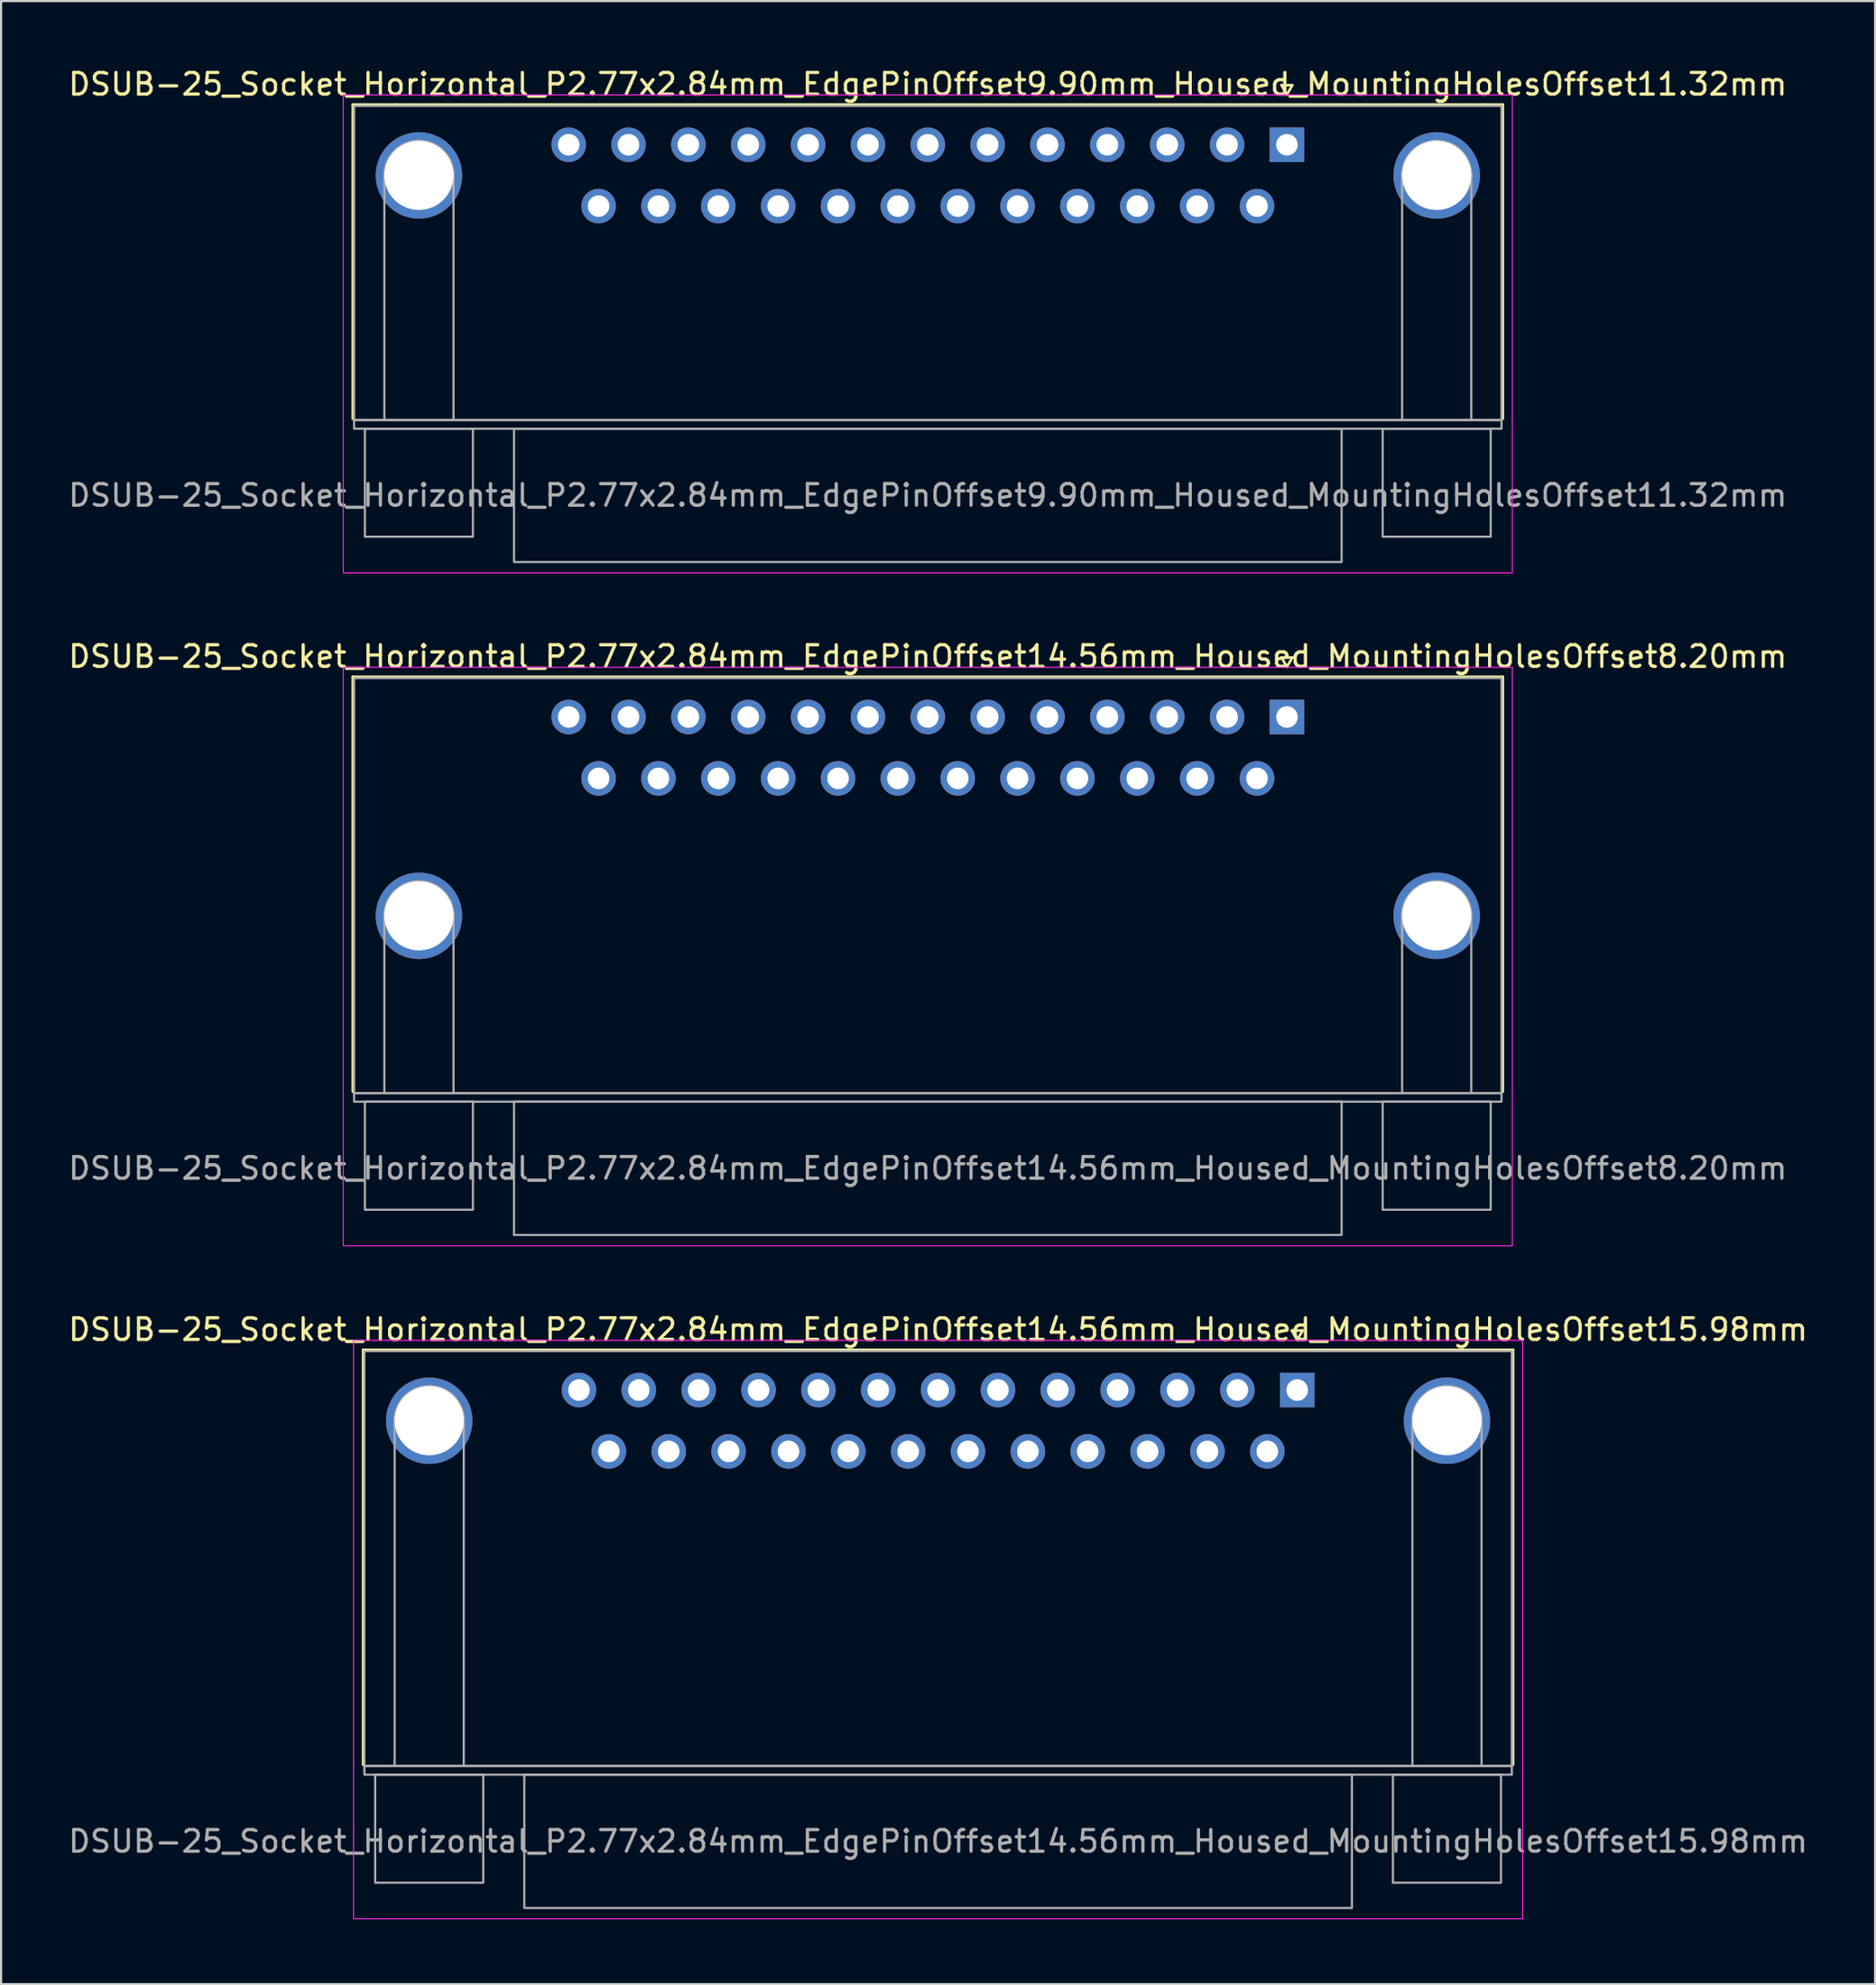
<source format=kicad_pcb>
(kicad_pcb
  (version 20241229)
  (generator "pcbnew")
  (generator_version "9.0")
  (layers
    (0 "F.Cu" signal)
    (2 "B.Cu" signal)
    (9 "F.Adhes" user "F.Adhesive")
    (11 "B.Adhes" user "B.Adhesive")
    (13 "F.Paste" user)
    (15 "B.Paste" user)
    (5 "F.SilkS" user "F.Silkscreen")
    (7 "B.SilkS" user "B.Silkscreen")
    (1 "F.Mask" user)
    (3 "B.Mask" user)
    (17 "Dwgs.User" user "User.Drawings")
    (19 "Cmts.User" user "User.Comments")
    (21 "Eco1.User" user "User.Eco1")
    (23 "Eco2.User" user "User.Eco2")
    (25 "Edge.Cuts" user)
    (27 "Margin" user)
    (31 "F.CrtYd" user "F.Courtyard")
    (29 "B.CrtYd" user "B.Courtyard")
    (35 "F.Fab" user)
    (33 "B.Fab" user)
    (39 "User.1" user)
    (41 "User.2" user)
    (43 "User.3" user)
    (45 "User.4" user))
  (footprint "DSUB-25_Socket_Horizontal_P2.77x2.84mm_EdgePinOffset14.56mm_Housed_MountingHolesOffset8.20mm"
    (layer "F.Cu")
    (at 56.507 30.131)
    (property "Reference" "DSUB-25_Socket_Horizontal_P2.77x2.84mm_EdgePinOffset14.56mm_Housed_MountingHolesOffset8.20mm" (at -16.62 -2.8 0) (layer "F.SilkS") (effects (font (size 1 1) (thickness 0.15))))
    (attr through_hole)
    (fp_line (start -43.23 -1.86) (end 9.99 -1.86) (stroke (width 0.12) (type solid)) (layer "F.SilkS"))
    (fp_line (start -43.23 17.34) (end -43.23 -1.86) (stroke (width 0.12) (type solid)) (layer "F.SilkS"))
    (fp_line (start -0.25 -2.754) (end 0.25 -2.754) (stroke (width 0.12) (type solid)) (layer "F.SilkS"))
    (fp_line (start 0 -2.321) (end -0.25 -2.754) (stroke (width 0.12) (type solid)) (layer "F.SilkS"))
    (fp_line (start 0.25 -2.754) (end 0 -2.321) (stroke (width 0.12) (type solid)) (layer "F.SilkS"))
    (fp_line (start 9.99 -1.86) (end 9.99 17.34) (stroke (width 0.12) (type solid)) (layer "F.SilkS"))
    (fp_rect (start -43.67 -2.3) (end 10.43 24.47) (stroke (width 0.05) (type solid)) (fill no) (layer "F.CrtYd"))
    (fp_line (start -41.77 17.4) (end -41.77 9.2) (stroke (width 0.1) (type solid)) (layer "F.Fab"))
    (fp_line (start -38.57 17.4) (end -38.57 9.2) (stroke (width 0.1) (type solid)) (layer "F.Fab"))
    (fp_line (start 5.33 17.4) (end 5.33 9.2) (stroke (width 0.1) (type solid)) (layer "F.Fab"))
    (fp_line (start 8.53 17.4) (end 8.53 9.2) (stroke (width 0.1) (type solid)) (layer "F.Fab"))
    (fp_rect (start -43.17 -1.8) (end 9.93 17.4) (stroke (width 0.1) (type solid)) (fill no) (layer "F.Fab"))
    (fp_rect (start -43.17 17.4) (end 9.93 17.8) (stroke (width 0.1) (type solid)) (fill no) (layer "F.Fab"))
    (fp_rect (start -42.67 17.8) (end -37.67 22.8) (stroke (width 0.1) (type solid)) (fill no) (layer "F.Fab"))
    (fp_rect (start -35.77 17.8) (end 2.53 23.97) (stroke (width 0.1) (type solid)) (fill no) (layer "F.Fab"))
    (fp_rect (start 4.43 17.8) (end 9.43 22.8) (stroke (width 0.1) (type solid)) (fill no) (layer "F.Fab"))
    (fp_arc (start -41.77 9.2) (mid -40.17 7.6) (end -38.57 9.2) (stroke (width 0.1) (type solid)) (layer "F.Fab"))
    (fp_arc (start 5.33 9.2) (mid 6.93 7.6) (end 8.53 9.2) (stroke (width 0.1) (type solid)) (layer "F.Fab"))
    (fp_text user "${REFERENCE}" (at -16.62 20.885 0) (layer "F.Fab") (effects (font (size 1 1) (thickness 0.15))))
    (pad "1" thru_hole rect (at 0 0) (size 1.6 1.6) (drill 1) (layers "*.Cu" "*.Mask"))
    (pad "2" thru_hole circle (at -2.77 0) (size 1.6 1.6) (drill 1) (layers "*.Cu" "*.Mask"))
    (pad "3" thru_hole circle (at -5.54 0) (size 1.6 1.6) (drill 1) (layers "*.Cu" "*.Mask"))
    (pad "4" thru_hole circle (at -8.31 0) (size 1.6 1.6) (drill 1) (layers "*.Cu" "*.Mask"))
    (pad "5" thru_hole circle (at -11.08 0) (size 1.6 1.6) (drill 1) (layers "*.Cu" "*.Mask"))
    (pad "6" thru_hole circle (at -13.85 0) (size 1.6 1.6) (drill 1) (layers "*.Cu" "*.Mask"))
    (pad "7" thru_hole circle (at -16.62 0) (size 1.6 1.6) (drill 1) (layers "*.Cu" "*.Mask"))
    (pad "8" thru_hole circle (at -19.39 0) (size 1.6 1.6) (drill 1) (layers "*.Cu" "*.Mask"))
    (pad "9" thru_hole circle (at -22.16 0) (size 1.6 1.6) (drill 1) (layers "*.Cu" "*.Mask"))
    (pad "10" thru_hole circle (at -24.93 0) (size 1.6 1.6) (drill 1) (layers "*.Cu" "*.Mask"))
    (pad "11" thru_hole circle (at -27.7 0) (size 1.6 1.6) (drill 1) (layers "*.Cu" "*.Mask"))
    (pad "12" thru_hole circle (at -30.47 0) (size 1.6 1.6) (drill 1) (layers "*.Cu" "*.Mask"))
    (pad "13" thru_hole circle (at -33.24 0) (size 1.6 1.6) (drill 1) (layers "*.Cu" "*.Mask"))
    (pad "14" thru_hole circle (at -1.385 2.84) (size 1.6 1.6) (drill 1) (layers "*.Cu" "*.Mask"))
    (pad "15" thru_hole circle (at -4.155 2.84) (size 1.6 1.6) (drill 1) (layers "*.Cu" "*.Mask"))
    (pad "16" thru_hole circle (at -6.925 2.84) (size 1.6 1.6) (drill 1) (layers "*.Cu" "*.Mask"))
    (pad "17" thru_hole circle (at -9.695 2.84) (size 1.6 1.6) (drill 1) (layers "*.Cu" "*.Mask"))
    (pad "18" thru_hole circle (at -12.465 2.84) (size 1.6 1.6) (drill 1) (layers "*.Cu" "*.Mask"))
    (pad "19" thru_hole circle (at -15.235 2.84) (size 1.6 1.6) (drill 1) (layers "*.Cu" "*.Mask"))
    (pad "20" thru_hole circle (at -18.005 2.84) (size 1.6 1.6) (drill 1) (layers "*.Cu" "*.Mask"))
    (pad "21" thru_hole circle (at -20.775 2.84) (size 1.6 1.6) (drill 1) (layers "*.Cu" "*.Mask"))
    (pad "22" thru_hole circle (at -23.545 2.84) (size 1.6 1.6) (drill 1) (layers "*.Cu" "*.Mask"))
    (pad "23" thru_hole circle (at -26.315 2.84) (size 1.6 1.6) (drill 1) (layers "*.Cu" "*.Mask"))
    (pad "24" thru_hole circle (at -29.085 2.84) (size 1.6 1.6) (drill 1) (layers "*.Cu" "*.Mask"))
    (pad "25" thru_hole circle (at -31.855 2.84) (size 1.6 1.6) (drill 1) (layers "*.Cu" "*.Mask"))
    (pad "SH" thru_hole circle (at -40.17 9.2) (size 4 4) (drill 3.2) (layers "*.Cu" "*.Mask"))
    (pad "SH" thru_hole circle (at 6.93 9.2) (size 4 4) (drill 3.2) (layers "*.Cu" "*.Mask")))
  (footprint "DSUB-25_Socket_Horizontal_P2.77x2.84mm_EdgePinOffset9.90mm_Housed_MountingHolesOffset11.32mm"
    (layer "F.Cu")
    (at 56.507 3.648)
    (property "Reference" "DSUB-25_Socket_Horizontal_P2.77x2.84mm_EdgePinOffset9.90mm_Housed_MountingHolesOffset11.32mm" (at -16.62 -2.8 0) (layer "F.SilkS") (effects (font (size 1 1) (thickness 0.15))))
    (attr through_hole)
    (fp_line (start -43.23 -1.86) (end 9.99 -1.86) (stroke (width 0.12) (type solid)) (layer "F.SilkS"))
    (fp_line (start -43.23 12.68) (end -43.23 -1.86) (stroke (width 0.12) (type solid)) (layer "F.SilkS"))
    (fp_line (start -0.25 -2.754) (end 0.25 -2.754) (stroke (width 0.12) (type solid)) (layer "F.SilkS"))
    (fp_line (start 0 -2.321) (end -0.25 -2.754) (stroke (width 0.12) (type solid)) (layer "F.SilkS"))
    (fp_line (start 0.25 -2.754) (end 0 -2.321) (stroke (width 0.12) (type solid)) (layer "F.SilkS"))
    (fp_line (start 9.99 -1.86) (end 9.99 12.68) (stroke (width 0.12) (type solid)) (layer "F.SilkS"))
    (fp_rect (start -43.67 -2.31) (end 10.43 19.81) (stroke (width 0.05) (type solid)) (fill no) (layer "F.CrtYd"))
    (fp_line (start -41.77 12.74) (end -41.77 1.42) (stroke (width 0.1) (type solid)) (layer "F.Fab"))
    (fp_line (start -38.57 12.74) (end -38.57 1.42) (stroke (width 0.1) (type solid)) (layer "F.Fab"))
    (fp_line (start 5.33 12.74) (end 5.33 1.42) (stroke (width 0.1) (type solid)) (layer "F.Fab"))
    (fp_line (start 8.53 12.74) (end 8.53 1.42) (stroke (width 0.1) (type solid)) (layer "F.Fab"))
    (fp_rect (start -43.17 -1.8) (end 9.93 12.74) (stroke (width 0.1) (type solid)) (fill no) (layer "F.Fab"))
    (fp_rect (start -43.17 12.74) (end 9.93 13.14) (stroke (width 0.1) (type solid)) (fill no) (layer "F.Fab"))
    (fp_rect (start -42.67 13.14) (end -37.67 18.14) (stroke (width 0.1) (type solid)) (fill no) (layer "F.Fab"))
    (fp_rect (start -35.77 13.14) (end 2.53 19.31) (stroke (width 0.1) (type solid)) (fill no) (layer "F.Fab"))
    (fp_rect (start 4.43 13.14) (end 9.43 18.14) (stroke (width 0.1) (type solid)) (fill no) (layer "F.Fab"))
    (fp_arc (start -41.77 1.42) (mid -40.17 -0.18) (end -38.57 1.42) (stroke (width 0.1) (type solid)) (layer "F.Fab"))
    (fp_arc (start 5.33 1.42) (mid 6.93 -0.18) (end 8.53 1.42) (stroke (width 0.1) (type solid)) (layer "F.Fab"))
    (fp_text user "${REFERENCE}" (at -16.62 16.225 0) (layer "F.Fab") (effects (font (size 1 1) (thickness 0.15))))
    (pad "1" thru_hole rect (at 0 0) (size 1.6 1.6) (drill 1) (layers "*.Cu" "*.Mask"))
    (pad "2" thru_hole circle (at -2.77 0) (size 1.6 1.6) (drill 1) (layers "*.Cu" "*.Mask"))
    (pad "3" thru_hole circle (at -5.54 0) (size 1.6 1.6) (drill 1) (layers "*.Cu" "*.Mask"))
    (pad "4" thru_hole circle (at -8.31 0) (size 1.6 1.6) (drill 1) (layers "*.Cu" "*.Mask"))
    (pad "5" thru_hole circle (at -11.08 0) (size 1.6 1.6) (drill 1) (layers "*.Cu" "*.Mask"))
    (pad "6" thru_hole circle (at -13.85 0) (size 1.6 1.6) (drill 1) (layers "*.Cu" "*.Mask"))
    (pad "7" thru_hole circle (at -16.62 0) (size 1.6 1.6) (drill 1) (layers "*.Cu" "*.Mask"))
    (pad "8" thru_hole circle (at -19.39 0) (size 1.6 1.6) (drill 1) (layers "*.Cu" "*.Mask"))
    (pad "9" thru_hole circle (at -22.16 0) (size 1.6 1.6) (drill 1) (layers "*.Cu" "*.Mask"))
    (pad "10" thru_hole circle (at -24.93 0) (size 1.6 1.6) (drill 1) (layers "*.Cu" "*.Mask"))
    (pad "11" thru_hole circle (at -27.7 0) (size 1.6 1.6) (drill 1) (layers "*.Cu" "*.Mask"))
    (pad "12" thru_hole circle (at -30.47 0) (size 1.6 1.6) (drill 1) (layers "*.Cu" "*.Mask"))
    (pad "13" thru_hole circle (at -33.24 0) (size 1.6 1.6) (drill 1) (layers "*.Cu" "*.Mask"))
    (pad "14" thru_hole circle (at -1.385 2.84) (size 1.6 1.6) (drill 1) (layers "*.Cu" "*.Mask"))
    (pad "15" thru_hole circle (at -4.155 2.84) (size 1.6 1.6) (drill 1) (layers "*.Cu" "*.Mask"))
    (pad "16" thru_hole circle (at -6.925 2.84) (size 1.6 1.6) (drill 1) (layers "*.Cu" "*.Mask"))
    (pad "17" thru_hole circle (at -9.695 2.84) (size 1.6 1.6) (drill 1) (layers "*.Cu" "*.Mask"))
    (pad "18" thru_hole circle (at -12.465 2.84) (size 1.6 1.6) (drill 1) (layers "*.Cu" "*.Mask"))
    (pad "19" thru_hole circle (at -15.235 2.84) (size 1.6 1.6) (drill 1) (layers "*.Cu" "*.Mask"))
    (pad "20" thru_hole circle (at -18.005 2.84) (size 1.6 1.6) (drill 1) (layers "*.Cu" "*.Mask"))
    (pad "21" thru_hole circle (at -20.775 2.84) (size 1.6 1.6) (drill 1) (layers "*.Cu" "*.Mask"))
    (pad "22" thru_hole circle (at -23.545 2.84) (size 1.6 1.6) (drill 1) (layers "*.Cu" "*.Mask"))
    (pad "23" thru_hole circle (at -26.315 2.84) (size 1.6 1.6) (drill 1) (layers "*.Cu" "*.Mask"))
    (pad "24" thru_hole circle (at -29.085 2.84) (size 1.6 1.6) (drill 1) (layers "*.Cu" "*.Mask"))
    (pad "25" thru_hole circle (at -31.855 2.84) (size 1.6 1.6) (drill 1) (layers "*.Cu" "*.Mask"))
    (pad "SH" thru_hole circle (at -40.17 1.42) (size 4 4) (drill 3.2) (layers "*.Cu" "*.Mask"))
    (pad "SH" thru_hole circle (at 6.93 1.42) (size 4 4) (drill 3.2) (layers "*.Cu" "*.Mask")))
  (footprint "DSUB-25_Socket_Horizontal_P2.77x2.84mm_EdgePinOffset14.56mm_Housed_MountingHolesOffset15.98mm"
    (layer "F.Cu")
    (at 56.983 61.275)
    (property "Reference" "DSUB-25_Socket_Horizontal_P2.77x2.84mm_EdgePinOffset14.56mm_Housed_MountingHolesOffset15.98mm" (at -16.62 -2.8 0) (layer "F.SilkS") (effects (font (size 1 1) (thickness 0.15))))
    (attr through_hole)
    (fp_line (start -43.23 -1.86) (end 9.99 -1.86) (stroke (width 0.12) (type solid)) (layer "F.SilkS"))
    (fp_line (start -43.23 17.34) (end -43.23 -1.86) (stroke (width 0.12) (type solid)) (layer "F.SilkS"))
    (fp_line (start -0.25 -2.754) (end 0.25 -2.754) (stroke (width 0.12) (type solid)) (layer "F.SilkS"))
    (fp_line (start 0 -2.321) (end -0.25 -2.754) (stroke (width 0.12) (type solid)) (layer "F.SilkS"))
    (fp_line (start 0.25 -2.754) (end 0 -2.321) (stroke (width 0.12) (type solid)) (layer "F.SilkS"))
    (fp_line (start 9.99 -1.86) (end 9.99 17.34) (stroke (width 0.12) (type solid)) (layer "F.SilkS"))
    (fp_rect (start -43.67 -2.3) (end 10.43 24.47) (stroke (width 0.05) (type solid)) (fill no) (layer "F.CrtYd"))
    (fp_line (start -41.77 17.4) (end -41.77 1.42) (stroke (width 0.1) (type solid)) (layer "F.Fab"))
    (fp_line (start -38.57 17.4) (end -38.57 1.42) (stroke (width 0.1) (type solid)) (layer "F.Fab"))
    (fp_line (start 5.33 17.4) (end 5.33 1.42) (stroke (width 0.1) (type solid)) (layer "F.Fab"))
    (fp_line (start 8.53 17.4) (end 8.53 1.42) (stroke (width 0.1) (type solid)) (layer "F.Fab"))
    (fp_rect (start -43.17 -1.8) (end 9.93 17.4) (stroke (width 0.1) (type solid)) (fill no) (layer "F.Fab"))
    (fp_rect (start -43.17 17.4) (end 9.93 17.8) (stroke (width 0.1) (type solid)) (fill no) (layer "F.Fab"))
    (fp_rect (start -42.67 17.8) (end -37.67 22.8) (stroke (width 0.1) (type solid)) (fill no) (layer "F.Fab"))
    (fp_rect (start -35.77 17.8) (end 2.53 23.97) (stroke (width 0.1) (type solid)) (fill no) (layer "F.Fab"))
    (fp_rect (start 4.43 17.8) (end 9.43 22.8) (stroke (width 0.1) (type solid)) (fill no) (layer "F.Fab"))
    (fp_arc (start -41.77 1.42) (mid -40.17 -0.18) (end -38.57 1.42) (stroke (width 0.1) (type solid)) (layer "F.Fab"))
    (fp_arc (start 5.33 1.42) (mid 6.93 -0.18) (end 8.53 1.42) (stroke (width 0.1) (type solid)) (layer "F.Fab"))
    (fp_text user "${REFERENCE}" (at -16.62 20.885 0) (layer "F.Fab") (effects (font (size 1 1) (thickness 0.15))))
    (pad "1" thru_hole rect (at 0 0) (size 1.6 1.6) (drill 1) (layers "*.Cu" "*.Mask"))
    (pad "2" thru_hole circle (at -2.77 0) (size 1.6 1.6) (drill 1) (layers "*.Cu" "*.Mask"))
    (pad "3" thru_hole circle (at -5.54 0) (size 1.6 1.6) (drill 1) (layers "*.Cu" "*.Mask"))
    (pad "4" thru_hole circle (at -8.31 0) (size 1.6 1.6) (drill 1) (layers "*.Cu" "*.Mask"))
    (pad "5" thru_hole circle (at -11.08 0) (size 1.6 1.6) (drill 1) (layers "*.Cu" "*.Mask"))
    (pad "6" thru_hole circle (at -13.85 0) (size 1.6 1.6) (drill 1) (layers "*.Cu" "*.Mask"))
    (pad "7" thru_hole circle (at -16.62 0) (size 1.6 1.6) (drill 1) (layers "*.Cu" "*.Mask"))
    (pad "8" thru_hole circle (at -19.39 0) (size 1.6 1.6) (drill 1) (layers "*.Cu" "*.Mask"))
    (pad "9" thru_hole circle (at -22.16 0) (size 1.6 1.6) (drill 1) (layers "*.Cu" "*.Mask"))
    (pad "10" thru_hole circle (at -24.93 0) (size 1.6 1.6) (drill 1) (layers "*.Cu" "*.Mask"))
    (pad "11" thru_hole circle (at -27.7 0) (size 1.6 1.6) (drill 1) (layers "*.Cu" "*.Mask"))
    (pad "12" thru_hole circle (at -30.47 0) (size 1.6 1.6) (drill 1) (layers "*.Cu" "*.Mask"))
    (pad "13" thru_hole circle (at -33.24 0) (size 1.6 1.6) (drill 1) (layers "*.Cu" "*.Mask"))
    (pad "14" thru_hole circle (at -1.385 2.84) (size 1.6 1.6) (drill 1) (layers "*.Cu" "*.Mask"))
    (pad "15" thru_hole circle (at -4.155 2.84) (size 1.6 1.6) (drill 1) (layers "*.Cu" "*.Mask"))
    (pad "16" thru_hole circle (at -6.925 2.84) (size 1.6 1.6) (drill 1) (layers "*.Cu" "*.Mask"))
    (pad "17" thru_hole circle (at -9.695 2.84) (size 1.6 1.6) (drill 1) (layers "*.Cu" "*.Mask"))
    (pad "18" thru_hole circle (at -12.465 2.84) (size 1.6 1.6) (drill 1) (layers "*.Cu" "*.Mask"))
    (pad "19" thru_hole circle (at -15.235 2.84) (size 1.6 1.6) (drill 1) (layers "*.Cu" "*.Mask"))
    (pad "20" thru_hole circle (at -18.005 2.84) (size 1.6 1.6) (drill 1) (layers "*.Cu" "*.Mask"))
    (pad "21" thru_hole circle (at -20.775 2.84) (size 1.6 1.6) (drill 1) (layers "*.Cu" "*.Mask"))
    (pad "22" thru_hole circle (at -23.545 2.84) (size 1.6 1.6) (drill 1) (layers "*.Cu" "*.Mask"))
    (pad "23" thru_hole circle (at -26.315 2.84) (size 1.6 1.6) (drill 1) (layers "*.Cu" "*.Mask"))
    (pad "24" thru_hole circle (at -29.085 2.84) (size 1.6 1.6) (drill 1) (layers "*.Cu" "*.Mask"))
    (pad "25" thru_hole circle (at -31.855 2.84) (size 1.6 1.6) (drill 1) (layers "*.Cu" "*.Mask"))
    (pad "SH" thru_hole circle (at -40.17 1.42) (size 4 4) (drill 3.2) (layers "*.Cu" "*.Mask"))
    (pad "SH" thru_hole circle (at 6.93 1.42) (size 4 4) (drill 3.2) (layers "*.Cu" "*.Mask")))
  (gr_rect
    (start -3 -3)
    (end 83.726 88.77)
    (stroke (width 0.1) (type default))
    (fill no)
    (layer "Edge.Cuts")))
</source>
